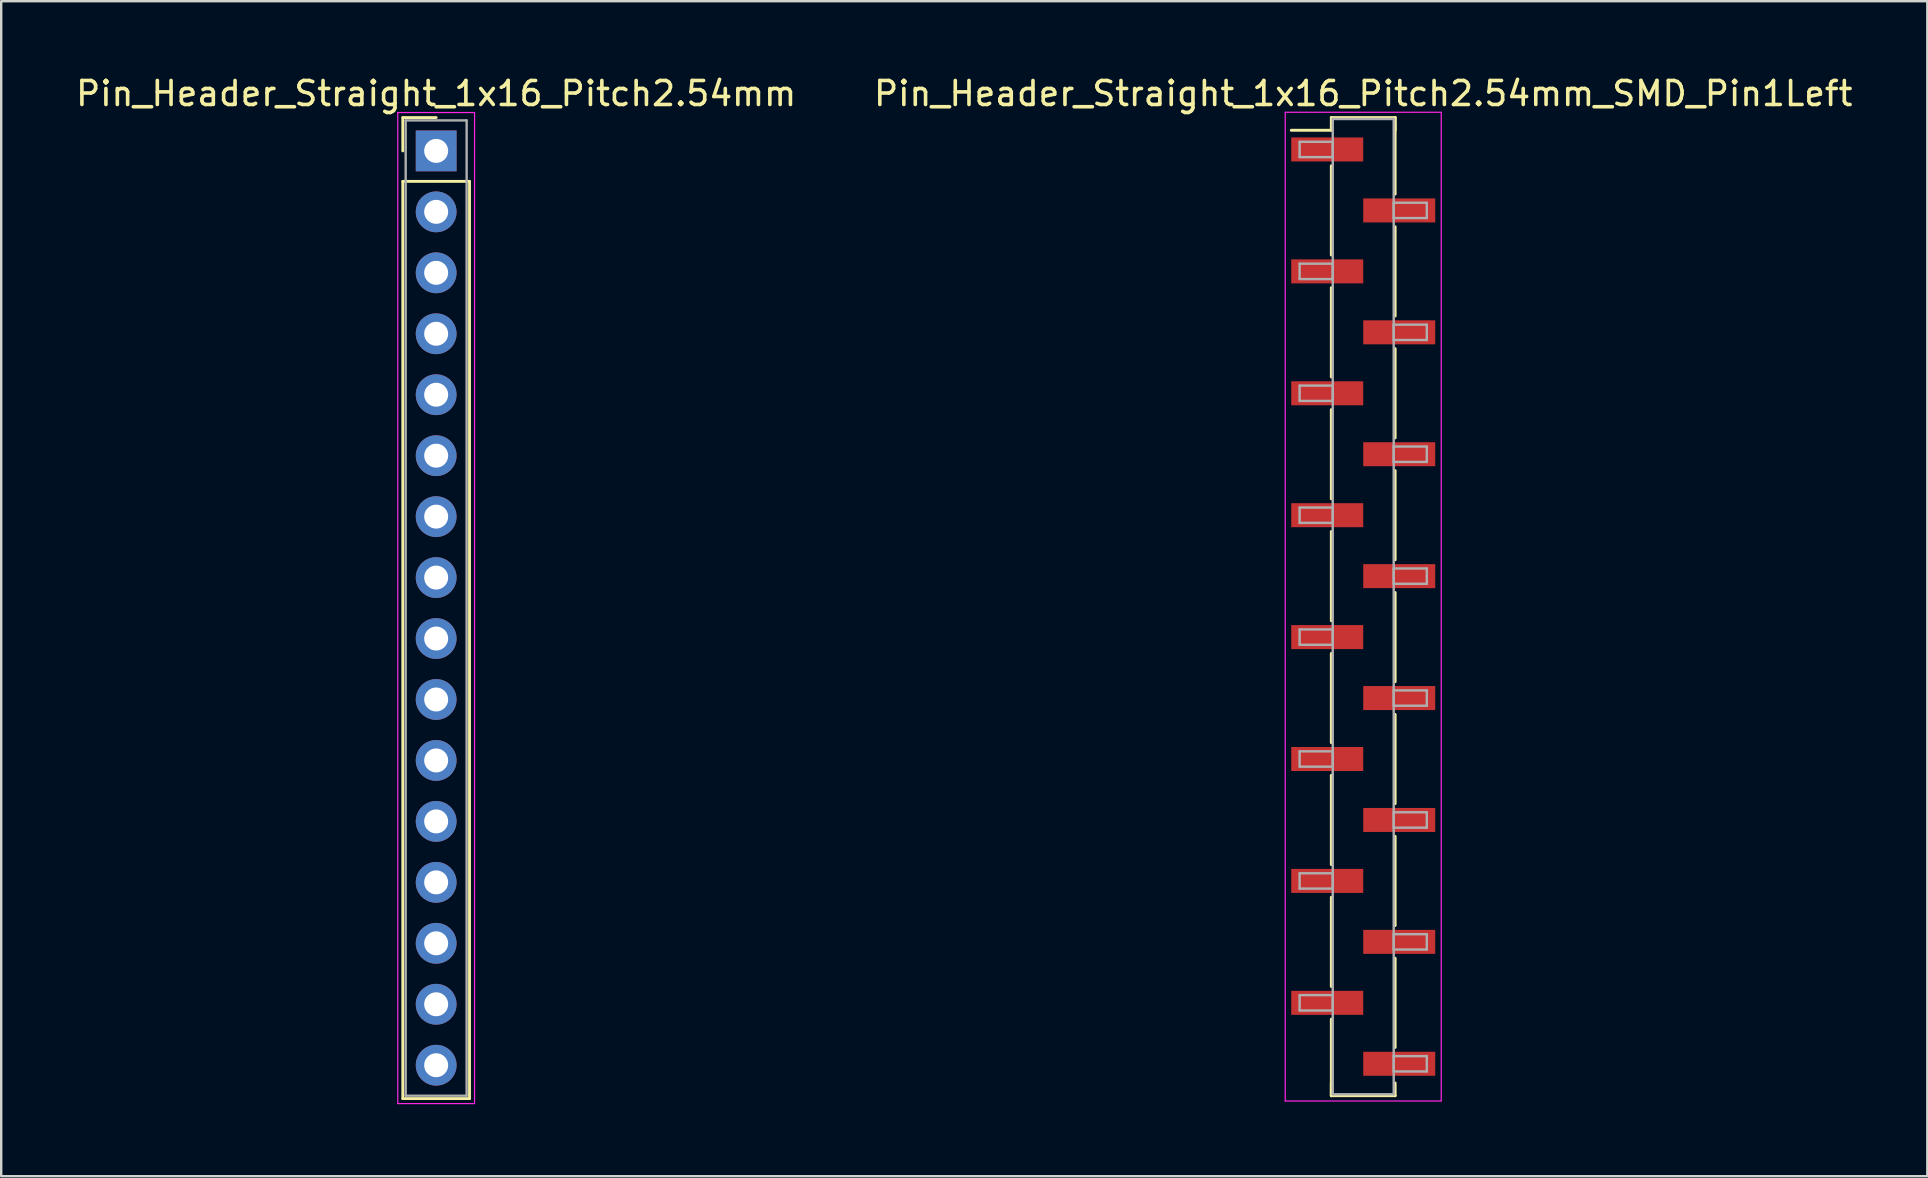
<source format=kicad_pcb>
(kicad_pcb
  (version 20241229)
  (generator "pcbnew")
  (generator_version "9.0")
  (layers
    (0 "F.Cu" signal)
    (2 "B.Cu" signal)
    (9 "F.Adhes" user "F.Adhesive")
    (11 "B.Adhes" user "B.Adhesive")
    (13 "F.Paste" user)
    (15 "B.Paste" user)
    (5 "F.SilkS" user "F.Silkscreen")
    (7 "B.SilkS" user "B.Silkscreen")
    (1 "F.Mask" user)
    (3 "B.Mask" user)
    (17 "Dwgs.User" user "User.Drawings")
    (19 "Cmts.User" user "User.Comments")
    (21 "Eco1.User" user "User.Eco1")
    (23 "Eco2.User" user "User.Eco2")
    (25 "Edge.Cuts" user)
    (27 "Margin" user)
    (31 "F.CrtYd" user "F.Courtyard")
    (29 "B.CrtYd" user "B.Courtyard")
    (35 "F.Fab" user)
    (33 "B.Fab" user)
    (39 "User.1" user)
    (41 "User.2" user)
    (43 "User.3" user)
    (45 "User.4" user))
  (footprint "Pin_Header_Straight_1x16_Pitch2.54mm"
    (layer "F.Cu")
    (at 15.125 3.238)
    (property "Reference" "Pin_Header_Straight_1x16_Pitch2.54mm" (at 0 -2.39 0) (layer "F.SilkS") (effects (font (size 1 1) (thickness 0.15))))
    (attr through_hole)
    (fp_line (start -1.39 -1.39) (end 0 -1.39) (stroke (width 0.12) (type solid)) (layer "F.SilkS"))
    (fp_line (start -1.39 0) (end -1.39 -1.39) (stroke (width 0.12) (type solid)) (layer "F.SilkS"))
    (fp_line (start -1.39 1.27) (end -1.39 39.49) (stroke (width 0.12) (type solid)) (layer "F.SilkS"))
    (fp_line (start -1.39 39.49) (end 1.39 39.49) (stroke (width 0.12) (type solid)) (layer "F.SilkS"))
    (fp_line (start 1.39 1.27) (end -1.39 1.27) (stroke (width 0.12) (type solid)) (layer "F.SilkS"))
    (fp_line (start 1.39 39.49) (end 1.39 1.27) (stroke (width 0.12) (type solid)) (layer "F.SilkS"))
    (fp_line (start -1.6 -1.6) (end -1.6 39.7) (stroke (width 0.05) (type solid)) (layer "F.CrtYd"))
    (fp_line (start -1.6 39.7) (end 1.6 39.7) (stroke (width 0.05) (type solid)) (layer "F.CrtYd"))
    (fp_line (start 1.6 -1.6) (end -1.6 -1.6) (stroke (width 0.05) (type solid)) (layer "F.CrtYd"))
    (fp_line (start 1.6 39.7) (end 1.6 -1.6) (stroke (width 0.05) (type solid)) (layer "F.CrtYd"))
    (fp_line (start -1.27 -1.27) (end -1.27 39.37) (stroke (width 0.1) (type solid)) (layer "F.Fab"))
    (fp_line (start -1.27 39.37) (end 1.27 39.37) (stroke (width 0.1) (type solid)) (layer "F.Fab"))
    (fp_line (start 1.27 -1.27) (end -1.27 -1.27) (stroke (width 0.1) (type solid)) (layer "F.Fab"))
    (fp_line (start 1.27 39.37) (end 1.27 -1.27) (stroke (width 0.1) (type solid)) (layer "F.Fab"))
    (pad "1" thru_hole rect (at 0 0) (size 1.7 1.7) (drill 1) (layers "*.Cu" "*.Mask"))
    (pad "2" thru_hole oval (at 0 2.54) (size 1.7 1.7) (drill 1) (layers "*.Cu" "*.Mask"))
    (pad "3" thru_hole oval (at 0 5.08) (size 1.7 1.7) (drill 1) (layers "*.Cu" "*.Mask"))
    (pad "4" thru_hole oval (at 0 7.62) (size 1.7 1.7) (drill 1) (layers "*.Cu" "*.Mask"))
    (pad "5" thru_hole oval (at 0 10.16) (size 1.7 1.7) (drill 1) (layers "*.Cu" "*.Mask"))
    (pad "6" thru_hole oval (at 0 12.7) (size 1.7 1.7) (drill 1) (layers "*.Cu" "*.Mask"))
    (pad "7" thru_hole oval (at 0 15.24) (size 1.7 1.7) (drill 1) (layers "*.Cu" "*.Mask"))
    (pad "8" thru_hole oval (at 0 17.78) (size 1.7 1.7) (drill 1) (layers "*.Cu" "*.Mask"))
    (pad "9" thru_hole oval (at 0 20.32) (size 1.7 1.7) (drill 1) (layers "*.Cu" "*.Mask"))
    (pad "10" thru_hole oval (at 0 22.86) (size 1.7 1.7) (drill 1) (layers "*.Cu" "*.Mask"))
    (pad "11" thru_hole oval (at 0 25.4) (size 1.7 1.7) (drill 1) (layers "*.Cu" "*.Mask"))
    (pad "12" thru_hole oval (at 0 27.94) (size 1.7 1.7) (drill 1) (layers "*.Cu" "*.Mask"))
    (pad "13" thru_hole oval (at 0 30.48) (size 1.7 1.7) (drill 1) (layers "*.Cu" "*.Mask"))
    (pad "14" thru_hole oval (at 0 33.02) (size 1.7 1.7) (drill 1) (layers "*.Cu" "*.Mask"))
    (pad "15" thru_hole oval (at 0 35.56) (size 1.7 1.7) (drill 1) (layers "*.Cu" "*.Mask"))
    (pad "16" thru_hole oval (at 0 38.1) (size 1.7 1.7) (drill 1) (layers "*.Cu" "*.Mask")))
  (footprint "Pin_Header_Straight_1x16_Pitch2.54mm_SMD_Pin1Left"
    (layer "F.Cu")
    (at 53.756 22.228)
    (property "Reference" "Pin_Header_Straight_1x16_Pitch2.54mm_SMD_Pin1Left" (at 0 -21.38 0) (layer "F.SilkS") (effects (font (size 1 1) (thickness 0.15))))
    (attr smd)
    (fp_line (start -1.33 -20.38) (end 1.33 -20.38) (stroke (width 0.12) (type solid)) (layer "F.SilkS"))
    (fp_line (start -1.33 -19.85) (end -3 -19.85) (stroke (width 0.12) (type solid)) (layer "F.SilkS"))
    (fp_line (start -1.33 -19.85) (end -1.33 -20.38) (stroke (width 0.12) (type solid)) (layer "F.SilkS"))
    (fp_line (start -1.33 -18.37) (end -1.33 -14.65) (stroke (width 0.12) (type solid)) (layer "F.SilkS"))
    (fp_line (start -1.33 -13.29) (end -1.33 -9.57) (stroke (width 0.12) (type solid)) (layer "F.SilkS"))
    (fp_line (start -1.33 -8.21) (end -1.33 -4.49) (stroke (width 0.12) (type solid)) (layer "F.SilkS"))
    (fp_line (start -1.33 -3.13) (end -1.33 0.59) (stroke (width 0.12) (type solid)) (layer "F.SilkS"))
    (fp_line (start -1.33 1.95) (end -1.33 5.67) (stroke (width 0.12) (type solid)) (layer "F.SilkS"))
    (fp_line (start -1.33 7.03) (end -1.33 10.75) (stroke (width 0.12) (type solid)) (layer "F.SilkS"))
    (fp_line (start -1.33 12.11) (end -1.33 15.83) (stroke (width 0.12) (type solid)) (layer "F.SilkS"))
    (fp_line (start -1.33 17.19) (end -1.33 20.38) (stroke (width 0.12) (type solid)) (layer "F.SilkS"))
    (fp_line (start -1.33 19.85) (end -1.33 20.38) (stroke (width 0.12) (type solid)) (layer "F.SilkS"))
    (fp_line (start -1.33 20.38) (end 1.33 20.38) (stroke (width 0.12) (type solid)) (layer "F.SilkS"))
    (fp_line (start 1.33 -20.38) (end 1.33 -19.85) (stroke (width 0.12) (type solid)) (layer "F.SilkS"))
    (fp_line (start 1.33 -20.38) (end 1.33 -17.19) (stroke (width 0.12) (type solid)) (layer "F.SilkS"))
    (fp_line (start 1.33 -15.83) (end 1.33 -12.11) (stroke (width 0.12) (type solid)) (layer "F.SilkS"))
    (fp_line (start 1.33 -10.75) (end 1.33 -7.03) (stroke (width 0.12) (type solid)) (layer "F.SilkS"))
    (fp_line (start 1.33 -5.67) (end 1.33 -1.95) (stroke (width 0.12) (type solid)) (layer "F.SilkS"))
    (fp_line (start 1.33 -0.59) (end 1.33 3.13) (stroke (width 0.12) (type solid)) (layer "F.SilkS"))
    (fp_line (start 1.33 4.49) (end 1.33 8.21) (stroke (width 0.12) (type solid)) (layer "F.SilkS"))
    (fp_line (start 1.33 9.57) (end 1.33 13.29) (stroke (width 0.12) (type solid)) (layer "F.SilkS"))
    (fp_line (start 1.33 14.65) (end 1.33 18.37) (stroke (width 0.12) (type solid)) (layer "F.SilkS"))
    (fp_line (start 1.33 20.38) (end 1.33 19.85) (stroke (width 0.12) (type solid)) (layer "F.SilkS"))
    (fp_line (start -3.25 -20.6) (end -3.25 20.6) (stroke (width 0.05) (type solid)) (layer "F.CrtYd"))
    (fp_line (start -3.25 20.6) (end 3.25 20.6) (stroke (width 0.05) (type solid)) (layer "F.CrtYd"))
    (fp_line (start 3.25 -20.6) (end -3.25 -20.6) (stroke (width 0.05) (type solid)) (layer "F.CrtYd"))
    (fp_line (start 3.25 20.6) (end 3.25 -20.6) (stroke (width 0.05) (type solid)) (layer "F.CrtYd"))
    (fp_line (start -2.65 -19.37) (end -1.27 -19.37) (stroke (width 0.1) (type solid)) (layer "F.Fab"))
    (fp_line (start -2.65 -18.73) (end -2.65 -19.37) (stroke (width 0.1) (type solid)) (layer "F.Fab"))
    (fp_line (start -2.65 -14.29) (end -1.27 -14.29) (stroke (width 0.1) (type solid)) (layer "F.Fab"))
    (fp_line (start -2.65 -13.65) (end -2.65 -14.29) (stroke (width 0.1) (type solid)) (layer "F.Fab"))
    (fp_line (start -2.65 -9.21) (end -1.27 -9.21) (stroke (width 0.1) (type solid)) (layer "F.Fab"))
    (fp_line (start -2.65 -8.57) (end -2.65 -9.21) (stroke (width 0.1) (type solid)) (layer "F.Fab"))
    (fp_line (start -2.65 -4.13) (end -1.27 -4.13) (stroke (width 0.1) (type solid)) (layer "F.Fab"))
    (fp_line (start -2.65 -3.49) (end -2.65 -4.13) (stroke (width 0.1) (type solid)) (layer "F.Fab"))
    (fp_line (start -2.65 0.95) (end -1.27 0.95) (stroke (width 0.1) (type solid)) (layer "F.Fab"))
    (fp_line (start -2.65 1.59) (end -2.65 0.95) (stroke (width 0.1) (type solid)) (layer "F.Fab"))
    (fp_line (start -2.65 6.03) (end -1.27 6.03) (stroke (width 0.1) (type solid)) (layer "F.Fab"))
    (fp_line (start -2.65 6.67) (end -2.65 6.03) (stroke (width 0.1) (type solid)) (layer "F.Fab"))
    (fp_line (start -2.65 11.11) (end -1.27 11.11) (stroke (width 0.1) (type solid)) (layer "F.Fab"))
    (fp_line (start -2.65 11.75) (end -2.65 11.11) (stroke (width 0.1) (type solid)) (layer "F.Fab"))
    (fp_line (start -2.65 16.19) (end -1.27 16.19) (stroke (width 0.1) (type solid)) (layer "F.Fab"))
    (fp_line (start -2.65 16.83) (end -2.65 16.19) (stroke (width 0.1) (type solid)) (layer "F.Fab"))
    (fp_line (start -1.27 -20.32) (end -1.27 20.32) (stroke (width 0.1) (type solid)) (layer "F.Fab"))
    (fp_line (start -1.27 -19.37) (end -1.27 -18.73) (stroke (width 0.1) (type solid)) (layer "F.Fab"))
    (fp_line (start -1.27 -18.73) (end -2.65 -18.73) (stroke (width 0.1) (type solid)) (layer "F.Fab"))
    (fp_line (start -1.27 -14.29) (end -1.27 -13.65) (stroke (width 0.1) (type solid)) (layer "F.Fab"))
    (fp_line (start -1.27 -13.65) (end -2.65 -13.65) (stroke (width 0.1) (type solid)) (layer "F.Fab"))
    (fp_line (start -1.27 -9.21) (end -1.27 -8.57) (stroke (width 0.1) (type solid)) (layer "F.Fab"))
    (fp_line (start -1.27 -8.57) (end -2.65 -8.57) (stroke (width 0.1) (type solid)) (layer "F.Fab"))
    (fp_line (start -1.27 -4.13) (end -1.27 -3.49) (stroke (width 0.1) (type solid)) (layer "F.Fab"))
    (fp_line (start -1.27 -3.49) (end -2.65 -3.49) (stroke (width 0.1) (type solid)) (layer "F.Fab"))
    (fp_line (start -1.27 0.95) (end -1.27 1.59) (stroke (width 0.1) (type solid)) (layer "F.Fab"))
    (fp_line (start -1.27 1.59) (end -2.65 1.59) (stroke (width 0.1) (type solid)) (layer "F.Fab"))
    (fp_line (start -1.27 6.03) (end -1.27 6.67) (stroke (width 0.1) (type solid)) (layer "F.Fab"))
    (fp_line (start -1.27 6.67) (end -2.65 6.67) (stroke (width 0.1) (type solid)) (layer "F.Fab"))
    (fp_line (start -1.27 11.11) (end -1.27 11.75) (stroke (width 0.1) (type solid)) (layer "F.Fab"))
    (fp_line (start -1.27 11.75) (end -2.65 11.75) (stroke (width 0.1) (type solid)) (layer "F.Fab"))
    (fp_line (start -1.27 16.19) (end -1.27 16.83) (stroke (width 0.1) (type solid)) (layer "F.Fab"))
    (fp_line (start -1.27 16.83) (end -2.65 16.83) (stroke (width 0.1) (type solid)) (layer "F.Fab"))
    (fp_line (start -1.27 20.32) (end 1.27 20.32) (stroke (width 0.1) (type solid)) (layer "F.Fab"))
    (fp_line (start 1.27 -20.32) (end -1.27 -20.32) (stroke (width 0.1) (type solid)) (layer "F.Fab"))
    (fp_line (start 1.27 -16.83) (end 1.27 -16.19) (stroke (width 0.1) (type solid)) (layer "F.Fab"))
    (fp_line (start 1.27 -16.19) (end 2.65 -16.19) (stroke (width 0.1) (type solid)) (layer "F.Fab"))
    (fp_line (start 1.27 -11.75) (end 1.27 -11.11) (stroke (width 0.1) (type solid)) (layer "F.Fab"))
    (fp_line (start 1.27 -11.11) (end 2.65 -11.11) (stroke (width 0.1) (type solid)) (layer "F.Fab"))
    (fp_line (start 1.27 -6.67) (end 1.27 -6.03) (stroke (width 0.1) (type solid)) (layer "F.Fab"))
    (fp_line (start 1.27 -6.03) (end 2.65 -6.03) (stroke (width 0.1) (type solid)) (layer "F.Fab"))
    (fp_line (start 1.27 -1.59) (end 1.27 -0.95) (stroke (width 0.1) (type solid)) (layer "F.Fab"))
    (fp_line (start 1.27 -0.95) (end 2.65 -0.95) (stroke (width 0.1) (type solid)) (layer "F.Fab"))
    (fp_line (start 1.27 3.49) (end 1.27 4.13) (stroke (width 0.1) (type solid)) (layer "F.Fab"))
    (fp_line (start 1.27 4.13) (end 2.65 4.13) (stroke (width 0.1) (type solid)) (layer "F.Fab"))
    (fp_line (start 1.27 8.57) (end 1.27 9.21) (stroke (width 0.1) (type solid)) (layer "F.Fab"))
    (fp_line (start 1.27 9.21) (end 2.65 9.21) (stroke (width 0.1) (type solid)) (layer "F.Fab"))
    (fp_line (start 1.27 13.65) (end 1.27 14.29) (stroke (width 0.1) (type solid)) (layer "F.Fab"))
    (fp_line (start 1.27 14.29) (end 2.65 14.29) (stroke (width 0.1) (type solid)) (layer "F.Fab"))
    (fp_line (start 1.27 18.73) (end 1.27 19.37) (stroke (width 0.1) (type solid)) (layer "F.Fab"))
    (fp_line (start 1.27 19.37) (end 2.65 19.37) (stroke (width 0.1) (type solid)) (layer "F.Fab"))
    (fp_line (start 1.27 20.32) (end 1.27 -20.32) (stroke (width 0.1) (type solid)) (layer "F.Fab"))
    (fp_line (start 2.65 -16.83) (end 1.27 -16.83) (stroke (width 0.1) (type solid)) (layer "F.Fab"))
    (fp_line (start 2.65 -16.19) (end 2.65 -16.83) (stroke (width 0.1) (type solid)) (layer "F.Fab"))
    (fp_line (start 2.65 -11.75) (end 1.27 -11.75) (stroke (width 0.1) (type solid)) (layer "F.Fab"))
    (fp_line (start 2.65 -11.11) (end 2.65 -11.75) (stroke (width 0.1) (type solid)) (layer "F.Fab"))
    (fp_line (start 2.65 -6.67) (end 1.27 -6.67) (stroke (width 0.1) (type solid)) (layer "F.Fab"))
    (fp_line (start 2.65 -6.03) (end 2.65 -6.67) (stroke (width 0.1) (type solid)) (layer "F.Fab"))
    (fp_line (start 2.65 -1.59) (end 1.27 -1.59) (stroke (width 0.1) (type solid)) (layer "F.Fab"))
    (fp_line (start 2.65 -0.95) (end 2.65 -1.59) (stroke (width 0.1) (type solid)) (layer "F.Fab"))
    (fp_line (start 2.65 3.49) (end 1.27 3.49) (stroke (width 0.1) (type solid)) (layer "F.Fab"))
    (fp_line (start 2.65 4.13) (end 2.65 3.49) (stroke (width 0.1) (type solid)) (layer "F.Fab"))
    (fp_line (start 2.65 8.57) (end 1.27 8.57) (stroke (width 0.1) (type solid)) (layer "F.Fab"))
    (fp_line (start 2.65 9.21) (end 2.65 8.57) (stroke (width 0.1) (type solid)) (layer "F.Fab"))
    (fp_line (start 2.65 13.65) (end 1.27 13.65) (stroke (width 0.1) (type solid)) (layer "F.Fab"))
    (fp_line (start 2.65 14.29) (end 2.65 13.65) (stroke (width 0.1) (type solid)) (layer "F.Fab"))
    (fp_line (start 2.65 18.73) (end 1.27 18.73) (stroke (width 0.1) (type solid)) (layer "F.Fab"))
    (fp_line (start 2.65 19.37) (end 2.65 18.73) (stroke (width 0.1) (type solid)) (layer "F.Fab"))
    (pad "1" smd rect (at -1.5 -19.05) (size 3 1) (layers "F.Cu" "F.Mask"))
    (pad "2" smd rect (at 1.5 -16.51) (size 3 1) (layers "F.Cu" "F.Mask"))
    (pad "3" smd rect (at -1.5 -13.97) (size 3 1) (layers "F.Cu" "F.Mask"))
    (pad "4" smd rect (at 1.5 -11.43) (size 3 1) (layers "F.Cu" "F.Mask"))
    (pad "5" smd rect (at -1.5 -8.89) (size 3 1) (layers "F.Cu" "F.Mask"))
    (pad "6" smd rect (at 1.5 -6.35) (size 3 1) (layers "F.Cu" "F.Mask"))
    (pad "7" smd rect (at -1.5 -3.81) (size 3 1) (layers "F.Cu" "F.Mask"))
    (pad "8" smd rect (at 1.5 -1.27) (size 3 1) (layers "F.Cu" "F.Mask"))
    (pad "9" smd rect (at -1.5 1.27) (size 3 1) (layers "F.Cu" "F.Mask"))
    (pad "10" smd rect (at 1.5 3.81) (size 3 1) (layers "F.Cu" "F.Mask"))
    (pad "11" smd rect (at -1.5 6.35) (size 3 1) (layers "F.Cu" "F.Mask"))
    (pad "12" smd rect (at 1.5 8.89) (size 3 1) (layers "F.Cu" "F.Mask"))
    (pad "13" smd rect (at -1.5 11.43) (size 3 1) (layers "F.Cu" "F.Mask"))
    (pad "14" smd rect (at 1.5 13.97) (size 3 1) (layers "F.Cu" "F.Mask"))
    (pad "15" smd rect (at -1.5 16.51) (size 3 1) (layers "F.Cu" "F.Mask"))
    (pad "16" smd rect (at 1.5 19.05) (size 3 1) (layers "F.Cu" "F.Mask")))
  (gr_rect
    (start -3 -3)
    (end 77.262 45.963)
    (stroke (width 0.1) (type default))
    (fill no)
    (layer "Edge.Cuts")))
</source>
